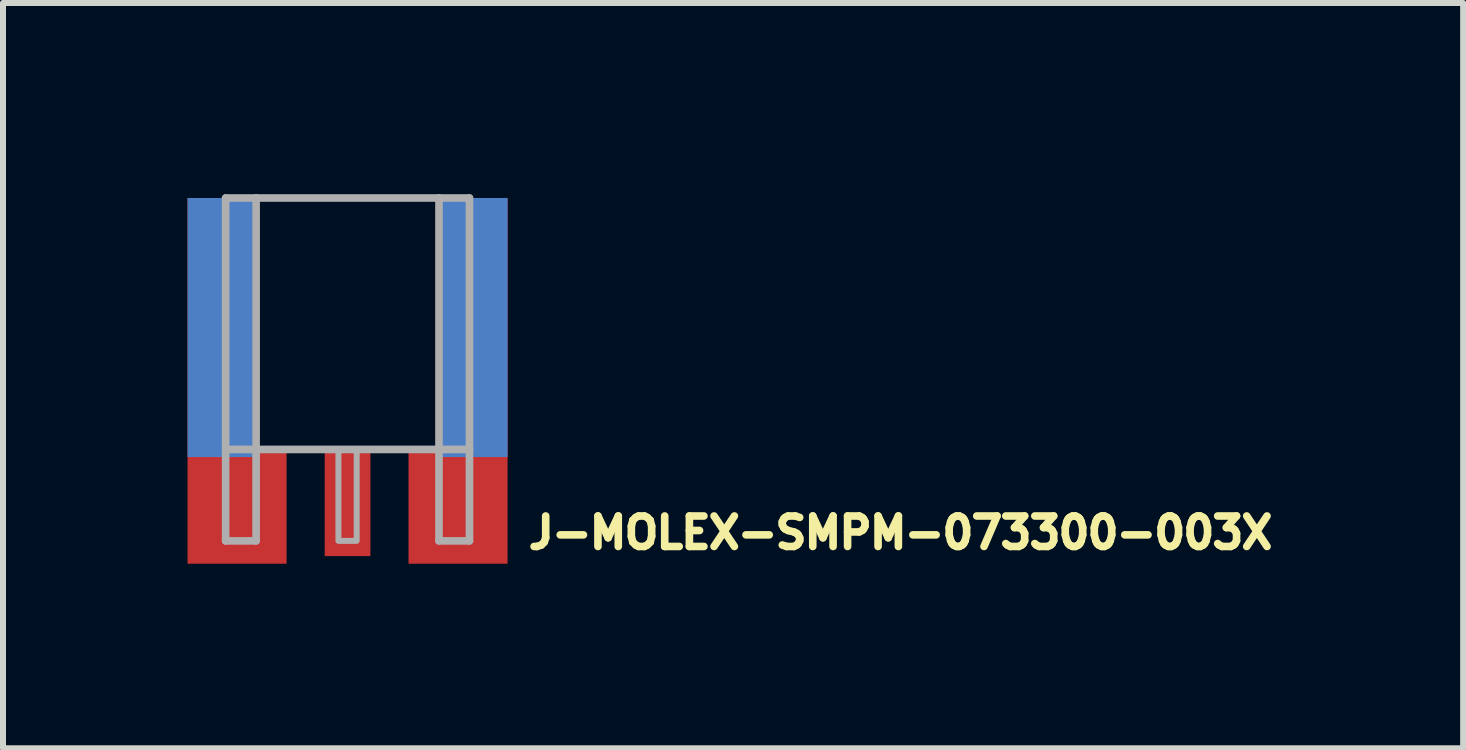
<source format=kicad_pcb>
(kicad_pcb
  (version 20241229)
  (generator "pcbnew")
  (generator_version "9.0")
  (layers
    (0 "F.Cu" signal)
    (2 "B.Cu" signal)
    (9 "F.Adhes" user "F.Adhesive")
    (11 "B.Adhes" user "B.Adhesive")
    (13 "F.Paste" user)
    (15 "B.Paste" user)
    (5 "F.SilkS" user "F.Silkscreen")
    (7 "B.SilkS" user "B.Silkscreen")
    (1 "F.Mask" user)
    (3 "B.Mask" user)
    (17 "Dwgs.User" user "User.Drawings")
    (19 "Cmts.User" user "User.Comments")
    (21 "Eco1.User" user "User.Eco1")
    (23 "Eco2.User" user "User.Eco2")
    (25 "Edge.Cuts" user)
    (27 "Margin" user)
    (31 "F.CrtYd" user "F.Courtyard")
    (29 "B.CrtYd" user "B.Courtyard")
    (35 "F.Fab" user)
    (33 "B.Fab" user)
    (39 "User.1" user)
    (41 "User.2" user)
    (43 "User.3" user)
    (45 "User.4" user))
  (footprint "J-MOLEX-SMPM-073300-003X"
    (layer "F.Cu")
    (at 2.743 0.25)
    (property "Reference" "J-MOLEX-SMPM-073300-003X" (at 2.953 5.877 0) (layer "F.SilkS") (effects (font (size 0.508 0.508) (thickness 0.127)) (justify left bottom)))
    (fp_poly (pts (xy -1.575 4.191) (xy -1.016 4.191) (xy -1.016 6.096) (xy -2.667 6.096) (xy -2.667 0) (xy -1.575 0)) (stroke (width 0) (type solid)) (fill yes) (layer "F.Cu"))
    (fp_poly (pts (xy 2.667 6.096) (xy 1.016 6.096) (xy 1.016 4.191) (xy 1.575 4.191) (xy 1.575 0) (xy 2.667 0)) (stroke (width 0) (type solid)) (fill yes) (layer "F.Cu"))
    (fp_poly (pts (xy -1.448 4.115) (xy -0.94 4.115) (xy -0.94 6.172) (xy -2.743 6.172) (xy -2.743 -0.076) (xy -1.448 -0.076)) (stroke (width 0) (type solid)) (fill yes) (layer "F.Mask"))
    (fp_poly (pts (xy 2.743 6.172) (xy 0.94 6.172) (xy 0.94 4.115) (xy 1.448 4.115) (xy 1.448 -0.076) (xy 2.743 -0.076)) (stroke (width 0) (type solid)) (fill yes) (layer "F.Mask"))
    (fp_poly (pts (xy -1.575 4.318) (xy -2.667 4.318) (xy -2.667 0) (xy -1.575 0)) (stroke (width 0) (type solid)) (fill yes) (layer "B.Cu"))
    (fp_poly (pts (xy 2.667 4.318) (xy 1.575 4.318) (xy 1.575 0) (xy 2.667 0)) (stroke (width 0) (type solid)) (fill yes) (layer "B.Cu"))
    (fp_poly (pts (xy -1.448 4.394) (xy -2.743 4.394) (xy -2.743 -0.076) (xy -1.448 -0.076)) (stroke (width 0) (type solid)) (fill yes) (layer "B.Mask"))
    (fp_poly (pts (xy 2.743 4.394) (xy 1.448 4.394) (xy 1.448 -0.076) (xy 2.743 -0.076)) (stroke (width 0) (type solid)) (fill yes) (layer "B.Mask"))
    (fp_line (start -2.032 0) (end -2.032 4.191) (stroke (width 0.127) (type solid)) (layer "F.Fab"))
    (fp_line (start -2.032 4.191) (end -2.032 5.715) (stroke (width 0.127) (type solid)) (layer "F.Fab"))
    (fp_line (start -2.032 4.191) (end -1.524 4.191) (stroke (width 0.127) (type solid)) (layer "F.Fab"))
    (fp_line (start -2.032 5.715) (end -1.524 5.715) (stroke (width 0.127) (type solid)) (layer "F.Fab"))
    (fp_line (start -1.524 0) (end -2.032 0) (stroke (width 0.127) (type solid)) (layer "F.Fab"))
    (fp_line (start -1.524 0) (end -1.524 4.191) (stroke (width 0.127) (type solid)) (layer "F.Fab"))
    (fp_line (start -1.524 4.191) (end 1.524 4.191) (stroke (width 0.127) (type solid)) (layer "F.Fab"))
    (fp_line (start -1.524 5.715) (end -1.524 4.191) (stroke (width 0.127) (type solid)) (layer "F.Fab"))
    (fp_line (start 1.524 0) (end -1.524 0) (stroke (width 0.127) (type solid)) (layer "F.Fab"))
    (fp_line (start 1.524 0) (end 1.524 4.191) (stroke (width 0.127) (type solid)) (layer "F.Fab"))
    (fp_line (start 1.524 4.191) (end 2.032 4.191) (stroke (width 0.127) (type solid)) (layer "F.Fab"))
    (fp_line (start 1.524 5.715) (end 1.524 4.191) (stroke (width 0.127) (type solid)) (layer "F.Fab"))
    (fp_line (start 2.032 0) (end 1.524 0) (stroke (width 0.127) (type solid)) (layer "F.Fab"))
    (fp_line (start 2.032 4.191) (end 2.032 0) (stroke (width 0.127) (type solid)) (layer "F.Fab"))
    (fp_line (start 2.032 4.191) (end 2.032 5.715) (stroke (width 0.127) (type solid)) (layer "F.Fab"))
    (fp_line (start 2.032 5.715) (end 1.524 5.715) (stroke (width 0.127) (type solid)) (layer "F.Fab"))
    (fp_poly (pts (xy -0.152 5.715) (xy 0.152 5.715) (xy 0.152 4.191) (xy -0.152 4.191)) (stroke (width 0.1) (type solid)) (fill no) (layer "F.Fab"))
    (pad "P$1" smd rect (at -1.778 5.08) (size 0.508 0.508) (layers "F.Cu"))
    (pad "P$2" smd rect (at 1.778 5.08) (size 0.508 0.508) (layers "F.Cu"))
    (pad "P$3" smd rect (at -2.032 1.778 180) (size 0.508 0.508) (layers "B.Cu"))
    (pad "P$4" smd rect (at 2.032 1.778 180) (size 0.508 0.508) (layers "B.Cu"))
    (pad "RF" smd rect (at 0 5.08) (size 0.762 1.778) (layers "F.Cu" "F.Mask")))
  (gr_rect
    (start -3 -3)
    (end 21.337 9.422)
    (stroke (width 0.1) (type default))
    (fill no)
    (layer "Edge.Cuts")))
</source>
